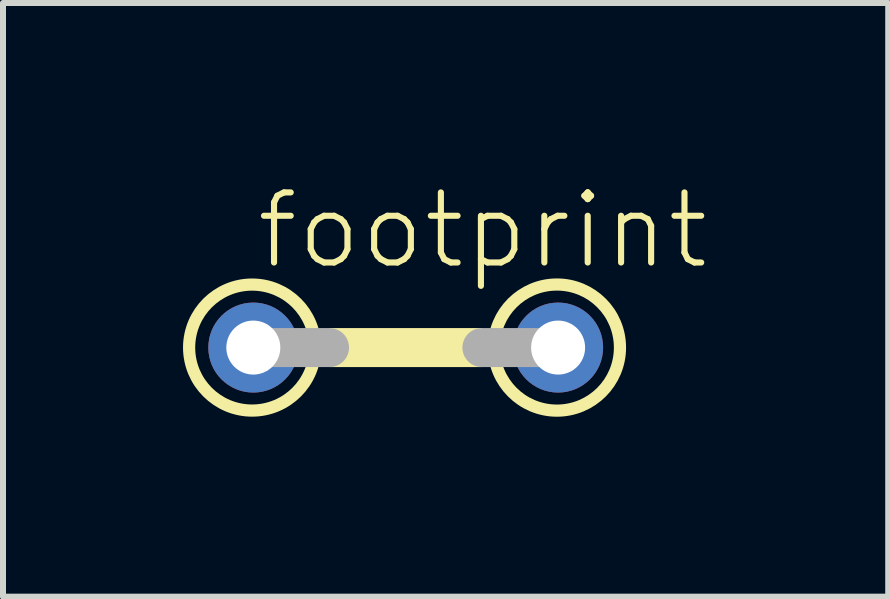
<source format=kicad_pcb>
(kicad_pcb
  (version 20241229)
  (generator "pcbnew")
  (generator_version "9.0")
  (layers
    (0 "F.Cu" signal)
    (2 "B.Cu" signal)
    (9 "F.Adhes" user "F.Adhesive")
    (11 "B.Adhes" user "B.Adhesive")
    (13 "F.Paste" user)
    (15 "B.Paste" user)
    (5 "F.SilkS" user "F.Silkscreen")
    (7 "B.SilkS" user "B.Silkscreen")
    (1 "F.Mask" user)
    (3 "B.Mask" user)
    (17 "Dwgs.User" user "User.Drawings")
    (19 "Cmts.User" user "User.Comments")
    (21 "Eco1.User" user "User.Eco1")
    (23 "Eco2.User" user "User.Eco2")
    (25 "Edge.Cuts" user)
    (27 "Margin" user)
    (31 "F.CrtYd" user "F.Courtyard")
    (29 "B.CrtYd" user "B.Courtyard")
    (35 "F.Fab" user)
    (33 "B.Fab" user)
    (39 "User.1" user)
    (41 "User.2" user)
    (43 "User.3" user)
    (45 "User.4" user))
  (footprint "footprint"
    (layer "F.Cu")
    (at 3.712 2.743)
    (property "Reference" "footprint" (at -2.54 -1.27 0) (layer "F.SilkS") (effects (font (size 1.168 1.168) (thickness 0.102)) (justify left bottom)))
    (fp_circle (center -2.56 0) (end -1.51 0) (stroke (width 0.203) (type solid)) (fill no) (layer "F.SilkS"))
    (fp_circle (center 2.52 0) (end 3.571 0) (stroke (width 0.203) (type solid)) (fill no) (layer "F.SilkS"))
    (fp_poly (pts (xy -1.27 0.325) (xy 1.27 0.325) (xy 1.27 -0.325) (xy -1.27 -0.325)) (stroke (width 0) (type solid)) (fill yes) (layer "F.SilkS"))
    (fp_line (start -2.54 0) (end -1.27 0) (stroke (width 0.65) (type solid)) (layer "F.Fab"))
    (fp_line (start 2.54 0) (end 1.27 0) (stroke (width 0.65) (type solid)) (layer "F.Fab"))
    (pad "1" thru_hole circle (at -2.54 0) (size 1.5 1.5) (drill 0.9) (layers "*.Cu" "*.Mask"))
    (pad "2" thru_hole circle (at 2.54 0) (size 1.5 1.5) (drill 0.9) (layers "*.Cu" "*.Mask")))
  (gr_rect
    (start -3 -3)
    (end 11.754 6.895)
    (stroke (width 0.1) (type default))
    (fill no)
    (layer "Edge.Cuts")))
</source>
